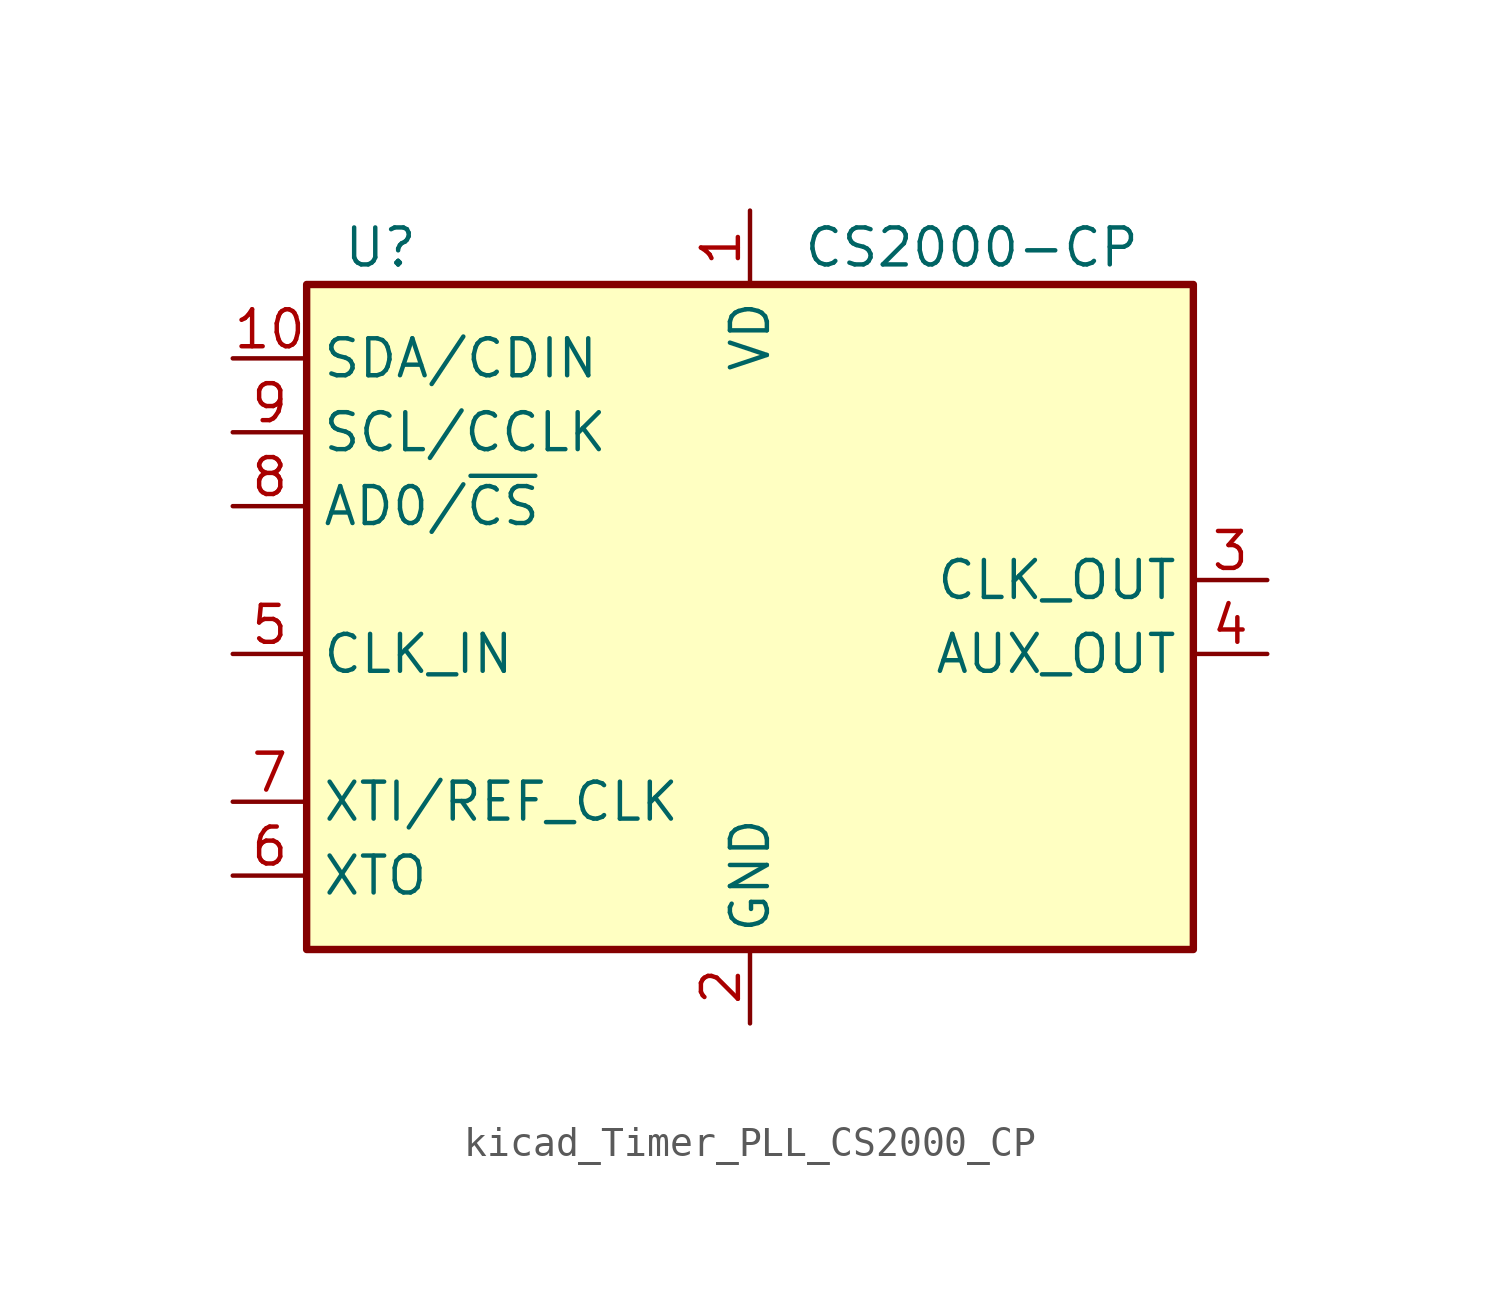
<source format=kicad_sym>
(kicad_symbol_lib
  (version 20220914)
  (generator kicad_symbol_editor)
  (symbol "kicad_Timer_PLL_CS2000_CP"
    (property "Reference" "U"
      (at -12.7 13.97 0)
      (effects (font (size 1.27 1.27))))
    (property "Value" "CS2000-CP"
      (at 7.62 13.97 0)
      (effects (font (size 1.27 1.27))))
    (symbol "kicad_Timer_PLL_CS2000_CP_0_1"
      (rectangle (start -15.24 12.7) (end 15.24 -10.16) (stroke (width 0.254) (type default)) (fill (type background))))
    (symbol "kicad_Timer_PLL_CS2000_CP_1_1"
      (pin power_in line (at 0 15.24 270) (length 2.54) (name "VD" (effects (font (size 1.27 1.27)))) (number "1" (effects (font (size 1.27 1.27)))))
      (pin bidirectional line (at -17.78 10.16 0) (length 2.54) (name "SDA/CDIN" (effects (font (size 1.27 1.27)))) (number "10" (effects (font (size 1.27 1.27)))))
      (pin power_in line (at 0 -12.7 90) (length 2.54) (name "GND" (effects (font (size 1.27 1.27)))) (number "2" (effects (font (size 1.27 1.27)))))
      (pin output line (at 17.78 2.54 180) (length 2.54) (name "CLK_OUT" (effects (font (size 1.27 1.27)))) (number "3" (effects (font (size 1.27 1.27)))))
      (pin output line (at 17.78 0 180) (length 2.54) (name "AUX_OUT" (effects (font (size 1.27 1.27)))) (number "4" (effects (font (size 1.27 1.27)))))
      (pin input line (at -17.78 0 0) (length 2.54) (name "CLK_IN" (effects (font (size 1.27 1.27)))) (number "5" (effects (font (size 1.27 1.27)))))
      (pin output line (at -17.78 -7.62 0) (length 2.54) (name "XTO" (effects (font (size 1.27 1.27)))) (number "6" (effects (font (size 1.27 1.27)))))
      (pin input line (at -17.78 -5.08 0) (length 2.54) (name "XTI/REF_CLK" (effects (font (size 1.27 1.27)))) (number "7" (effects (font (size 1.27 1.27)))))
      (pin input line (at -17.78 5.08 0) (length 2.54) (name "AD0/~{CS}" (effects (font (size 1.27 1.27)))) (number "8" (effects (font (size 1.27 1.27)))))
      (pin input line (at -17.78 7.62 0) (length 2.54) (name "SCL/CCLK" (effects (font (size 1.27 1.27)))) (number "9" (effects (font (size 1.27 1.27))))))))
</source>
